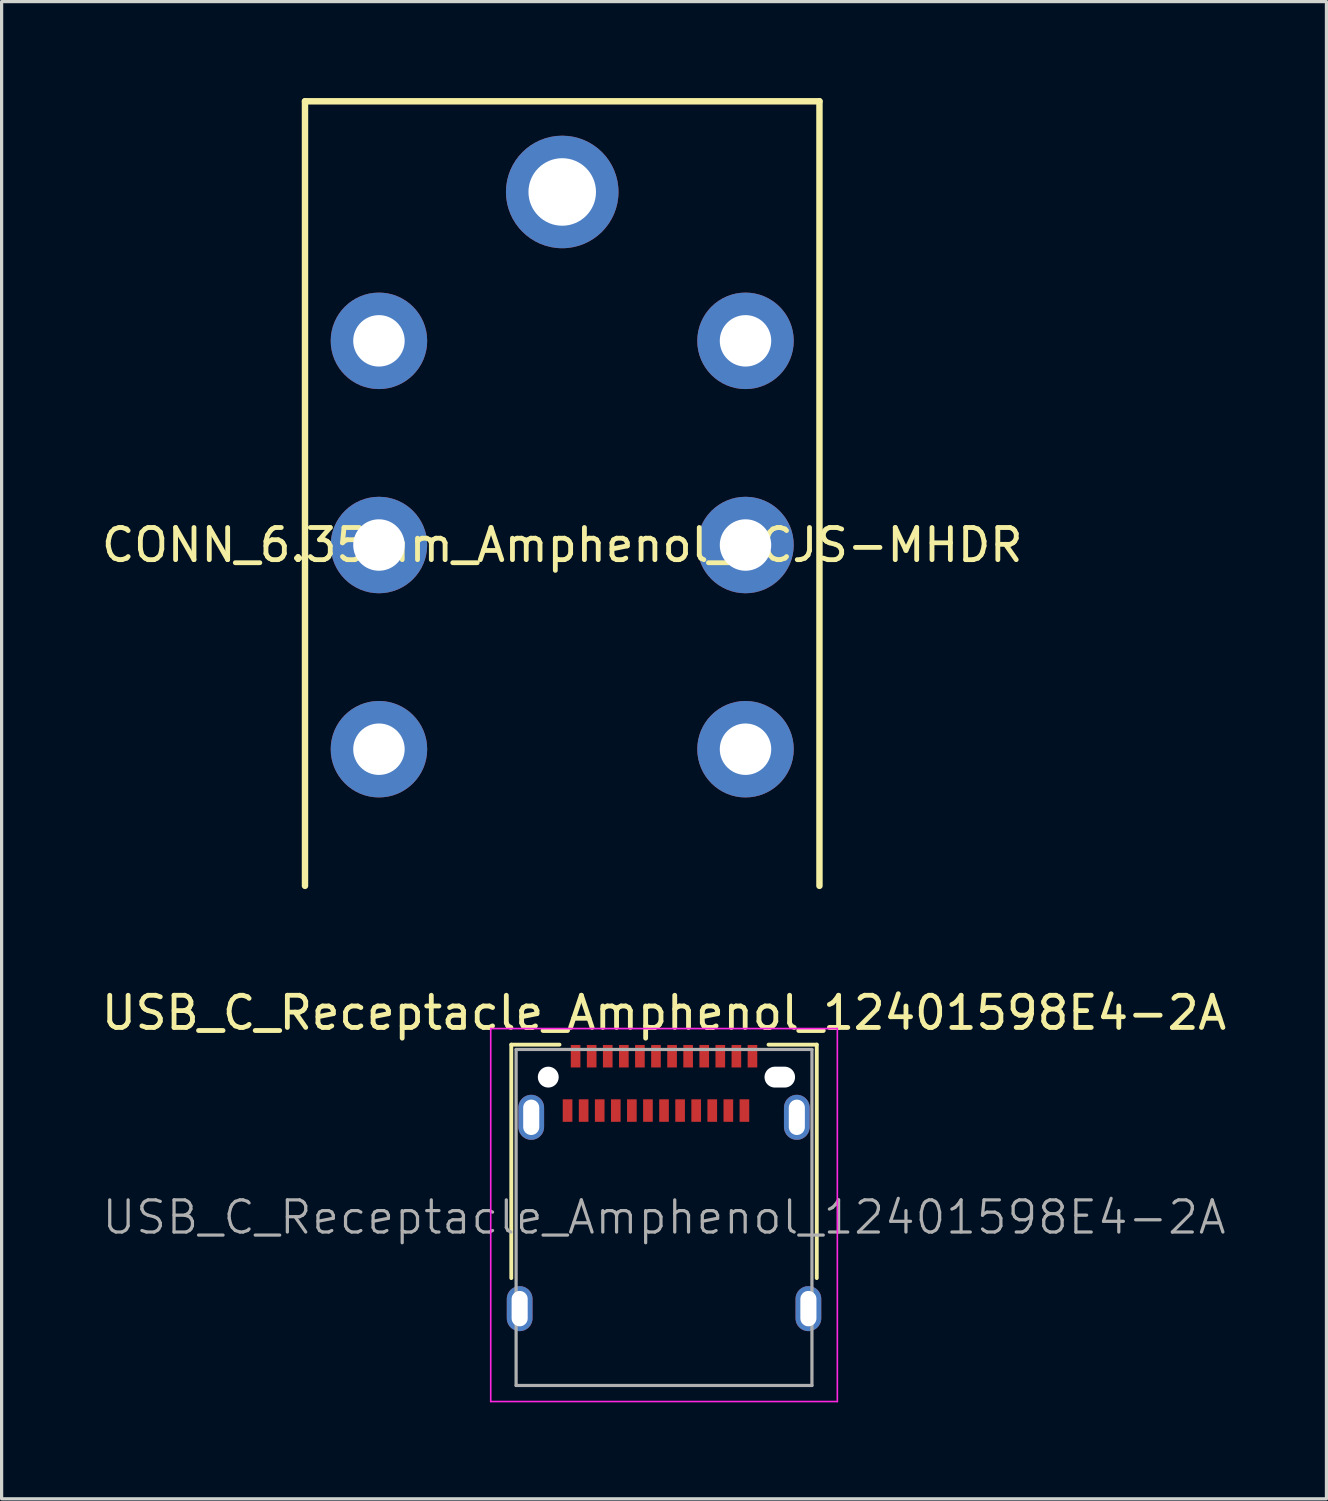
<source format=kicad_pcb>
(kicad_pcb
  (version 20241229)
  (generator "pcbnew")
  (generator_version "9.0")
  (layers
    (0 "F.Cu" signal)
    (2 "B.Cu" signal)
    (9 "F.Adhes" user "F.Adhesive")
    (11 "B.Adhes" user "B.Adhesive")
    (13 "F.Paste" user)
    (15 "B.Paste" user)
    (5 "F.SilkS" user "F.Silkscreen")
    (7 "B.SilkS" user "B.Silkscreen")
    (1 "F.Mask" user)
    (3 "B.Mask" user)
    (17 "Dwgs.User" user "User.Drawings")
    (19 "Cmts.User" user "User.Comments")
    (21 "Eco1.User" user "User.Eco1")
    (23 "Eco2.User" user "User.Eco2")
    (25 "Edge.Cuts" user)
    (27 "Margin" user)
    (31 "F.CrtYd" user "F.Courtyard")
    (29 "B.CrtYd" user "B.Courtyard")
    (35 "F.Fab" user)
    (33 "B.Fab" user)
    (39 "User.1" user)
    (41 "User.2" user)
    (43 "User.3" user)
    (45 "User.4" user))
  (footprint "CONN_6.35mm_Amphenol_ACJS-MHDR"
    (layer "F.Cu")
    (at 14.435 13.9)
    (property "Reference" "CONN_6.35mm_Amphenol_ACJS-MHDR" (at 0 0 0) (layer "F.SilkS") (effects (font (size 1 1) (thickness 0.15))))
    (attr through_hole)
    (fp_line (start -8 -13.8) (end -8 10.6) (stroke (width 0.2) (type solid)) (layer "F.SilkS"))
    (fp_line (start -8 -13.8) (end 8 -13.8) (stroke (width 0.2) (type solid)) (layer "F.SilkS"))
    (fp_line (start 8 -13.8) (end 8 10.6) (stroke (width 0.2) (type solid)) (layer "F.SilkS"))
    (pad "1" thru_hole circle (at -5.7 6.35) (size 3 3) (drill 1.6) (layers "*.Cu" "*.Mask"))
    (pad "2" thru_hole circle (at -5.7 0) (size 3 3) (drill 1.6) (layers "*.Cu" "*.Mask"))
    (pad "3" thru_hole circle (at -5.7 -6.35) (size 3 3) (drill 1.6) (layers "*.Cu" "*.Mask"))
    (pad "4" thru_hole circle (at 5.7 6.35) (size 3 3) (drill 1.6) (layers "*.Cu" "*.Mask"))
    (pad "5" thru_hole circle (at 5.7 0) (size 3 3) (drill 1.6) (layers "*.Cu" "*.Mask"))
    (pad "6" thru_hole circle (at 5.7 -6.35) (size 3 3) (drill 1.6) (layers "*.Cu" "*.Mask"))
    (pad "7" thru_hole circle (at 0 -10.98) (size 3.5 3.5) (drill 2.1) (layers "*.Cu" "*.Mask")))
  (footprint "USB_C_Receptacle_Amphenol_12401598E4-2A"
    (layer "F.Cu")
    (at 17.601 30.448)
    (property "Reference" "USB_C_Receptacle_Amphenol_12401598E4-2A" (at 0 -2 0) (layer "F.SilkS") (effects (font (size 1 1) (thickness 0.15))))
    (attr smd)
    (fp_line (start -4.75 -1.01) (end -4.75 6.25) (stroke (width 0.12) (type solid)) (layer "F.SilkS"))
    (fp_line (start -4.75 -1.01) (end -3.25 -1.01) (stroke (width 0.12) (type solid)) (layer "F.SilkS"))
    (fp_line (start 3.25 -1.01) (end 4.75 -1.01) (stroke (width 0.12) (type solid)) (layer "F.SilkS"))
    (fp_line (start 4.75 -1.01) (end 4.75 6.25) (stroke (width 0.12) (type solid)) (layer "F.SilkS"))
    (fp_line (start -5.39 -1.51) (end 5.39 -1.51) (stroke (width 0.05) (type solid)) (layer "F.CrtYd"))
    (fp_line (start -5.39 10.09) (end -5.39 -1.51) (stroke (width 0.05) (type solid)) (layer "F.CrtYd"))
    (fp_line (start 5.39 -1.51) (end 5.39 10.09) (stroke (width 0.05) (type solid)) (layer "F.CrtYd"))
    (fp_line (start 5.39 10.09) (end -5.39 10.09) (stroke (width 0.05) (type solid)) (layer "F.CrtYd"))
    (fp_line (start -4.6 -0.86) (end 4.6 -0.86) (stroke (width 0.1) (type solid)) (layer "F.Fab"))
    (fp_line (start -4.6 9.59) (end -4.6 -0.86) (stroke (width 0.1) (type solid)) (layer "F.Fab"))
    (fp_line (start -4.6 9.59) (end 4.6 9.59) (stroke (width 0.1) (type solid)) (layer "F.Fab"))
    (fp_line (start 4.6 9.59) (end 4.6 -0.86) (stroke (width 0.1) (type solid)) (layer "F.Fab"))
    (fp_text user "${REFERENCE}" (at 0 4.36 0) (layer "F.Fab") (effects (font (size 1 1) (thickness 0.1))))
    (pad "" np_thru_hole circle (at -3.6 0) (size 0.65 0.65) (drill 0.65) (layers "*.Cu" "*.Mask"))
    (pad "" np_thru_hole oval (at 3.6 0) (size 0.95 0.65) (drill oval 0.95 0.65) (layers "*.Cu" "*.Mask"))
    (pad "A1" smd rect (at -2.75 -0.65) (size 0.3 0.7) (layers "F.Cu" "F.Mask" "F.Paste"))
    (pad "A2" smd rect (at -2.25 -0.65) (size 0.3 0.7) (layers "F.Cu" "F.Mask" "F.Paste"))
    (pad "A3" smd rect (at -1.75 -0.65) (size 0.3 0.7) (layers "F.Cu" "F.Mask" "F.Paste"))
    (pad "A4" smd rect (at -1.25 -0.65) (size 0.3 0.7) (layers "F.Cu" "F.Mask" "F.Paste"))
    (pad "A5" smd rect (at -0.75 -0.65) (size 0.3 0.7) (layers "F.Cu" "F.Mask" "F.Paste"))
    (pad "A6" smd rect (at -0.25 -0.65) (size 0.3 0.7) (layers "F.Cu" "F.Mask" "F.Paste"))
    (pad "A7" smd rect (at 0.25 -0.65) (size 0.3 0.7) (layers "F.Cu" "F.Mask" "F.Paste"))
    (pad "A8" smd rect (at 0.75 -0.65) (size 0.3 0.7) (layers "F.Cu" "F.Mask" "F.Paste"))
    (pad "A9" smd rect (at 1.25 -0.65) (size 0.3 0.7) (layers "F.Cu" "F.Mask" "F.Paste"))
    (pad "A10" smd rect (at 1.75 -0.65) (size 0.3 0.7) (layers "F.Cu" "F.Mask" "F.Paste"))
    (pad "A11" smd rect (at 2.25 -0.65) (size 0.3 0.7) (layers "F.Cu" "F.Mask" "F.Paste"))
    (pad "A12" smd rect (at 2.75 -0.65) (size 0.3 0.7) (layers "F.Cu" "F.Mask" "F.Paste"))
    (pad "B1" smd rect (at 2.5 1.04) (size 0.3 0.7) (layers "F.Cu" "F.Mask" "F.Paste"))
    (pad "B2" smd rect (at 2 1.04) (size 0.3 0.7) (layers "F.Cu" "F.Mask" "F.Paste"))
    (pad "B3" smd rect (at 1.5 1.04) (size 0.3 0.7) (layers "F.Cu" "F.Mask" "F.Paste"))
    (pad "B4" smd rect (at 1 1.04) (size 0.3 0.7) (layers "F.Cu" "F.Mask" "F.Paste"))
    (pad "B5" smd rect (at 0.5 1.04) (size 0.3 0.7) (layers "F.Cu" "F.Mask" "F.Paste"))
    (pad "B6" smd rect (at 0 1.04) (size 0.3 0.7) (layers "F.Cu" "F.Mask" "F.Paste"))
    (pad "B7" smd rect (at -0.5 1.04) (size 0.3 0.7) (layers "F.Cu" "F.Mask" "F.Paste"))
    (pad "B8" smd rect (at -1 1.04) (size 0.3 0.7) (layers "F.Cu" "F.Mask" "F.Paste"))
    (pad "B9" smd rect (at -1.5 1.04) (size 0.3 0.7) (layers "F.Cu" "F.Mask" "F.Paste"))
    (pad "B10" smd rect (at -2 1.04) (size 0.3 0.7) (layers "F.Cu" "F.Mask" "F.Paste"))
    (pad "B11" smd rect (at -2.5 1.04) (size 0.3 0.7) (layers "F.Cu" "F.Mask" "F.Paste"))
    (pad "B12" smd rect (at -3 1.04) (size 0.3 0.7) (layers "F.Cu" "F.Mask" "F.Paste"))
    (pad "S1" thru_hole oval (at -4.49 7.2) (size 0.8 1.4) (drill oval 0.5 1.1) (layers "*.Cu" "*.Mask"))
    (pad "S1" thru_hole oval (at -4.13 1.25) (size 0.8 1.4) (drill oval 0.5 1.1) (layers "*.Cu" "*.Mask"))
    (pad "S1" thru_hole oval (at 4.13 1.25) (size 0.8 1.4) (drill oval 0.5 1.1) (layers "*.Cu" "*.Mask"))
    (pad "S1" thru_hole oval (at 4.49 7.2) (size 0.8 1.4) (drill oval 0.5 1.1) (layers "*.Cu" "*.Mask")))
  (gr_rect
    (start -3 -3)
    (end 38.202 43.563)
    (stroke (width 0.1) (type default))
    (fill no)
    (layer "Edge.Cuts")))
</source>
